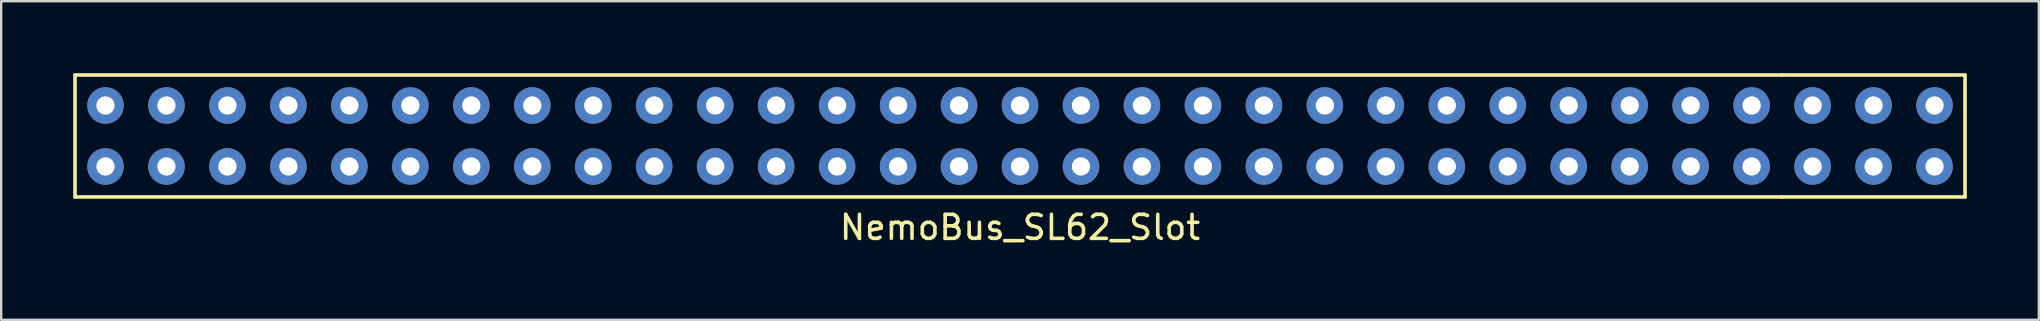
<source format=kicad_pcb>
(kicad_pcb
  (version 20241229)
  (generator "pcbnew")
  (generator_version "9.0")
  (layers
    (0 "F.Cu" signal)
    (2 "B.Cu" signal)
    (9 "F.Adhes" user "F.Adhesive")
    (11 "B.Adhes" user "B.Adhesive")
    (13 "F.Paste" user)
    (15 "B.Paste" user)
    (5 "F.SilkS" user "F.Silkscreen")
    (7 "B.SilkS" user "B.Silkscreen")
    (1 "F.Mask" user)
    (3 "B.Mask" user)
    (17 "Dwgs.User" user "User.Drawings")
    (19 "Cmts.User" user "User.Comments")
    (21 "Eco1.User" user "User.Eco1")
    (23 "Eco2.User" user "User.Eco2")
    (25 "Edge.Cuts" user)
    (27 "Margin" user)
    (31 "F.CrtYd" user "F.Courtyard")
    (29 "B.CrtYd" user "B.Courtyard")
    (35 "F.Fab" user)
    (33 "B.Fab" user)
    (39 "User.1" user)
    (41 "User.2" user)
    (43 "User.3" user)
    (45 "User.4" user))
  (footprint "NemoBus_SL62_Slot"
    (layer "F.Cu")
    (at 39.445 2.615)
    (property "Reference" "NemoBus_SL62_Slot" (at 0 3.81 0) (layer "F.SilkS") (effects (font (size 1 1) (thickness 0.15))))
    (attr through_hole)
    (fp_line (start -39.37 -2.54) (end -39.37 2.54) (stroke (width 0.15) (type solid)) (layer "F.SilkS"))
    (fp_line (start -39.37 2.54) (end 31.75 2.54) (stroke (width 0.15) (type solid)) (layer "F.SilkS"))
    (fp_line (start 31.75 -2.54) (end -39.37 -2.54) (stroke (width 0.15) (type solid)) (layer "F.SilkS"))
    (fp_line (start 31.75 2.54) (end 39.37 2.54) (stroke (width 0.15) (type solid)) (layer "F.SilkS"))
    (fp_line (start 39.37 -2.54) (end 31.75 -2.54) (stroke (width 0.15) (type solid)) (layer "F.SilkS"))
    (fp_line (start 39.37 2.54) (end 39.37 -2.54) (stroke (width 0.15) (type solid)) (layer "F.SilkS"))
    (pad "" thru_hole circle (at -27.94 -1.27) (size 1.524 1.524) (drill 0.762) (layers "*.Cu" "*.Mask"))
    (pad "" thru_hole circle (at -27.94 1.27) (size 1.524 1.524) (drill 0.762) (layers "*.Cu" "*.Mask"))
    (pad "A1" thru_hole circle (at -38.1 -1.27) (size 1.524 1.524) (drill 0.762) (layers "*.Cu" "*.Mask"))
    (pad "A2" thru_hole circle (at -35.56 -1.27) (size 1.524 1.524) (drill 0.762) (layers "*.Cu" "*.Mask"))
    (pad "A3" thru_hole circle (at -33.02 -1.27) (size 1.524 1.524) (drill 0.762) (layers "*.Cu" "*.Mask"))
    (pad "A4" thru_hole circle (at -30.48 -1.27) (size 1.524 1.524) (drill 0.762) (layers "*.Cu" "*.Mask"))
    (pad "A6" thru_hole circle (at -25.4 -1.27) (size 1.524 1.524) (drill 0.762) (layers "*.Cu" "*.Mask"))
    (pad "A7" thru_hole circle (at -22.86 -1.27) (size 1.524 1.524) (drill 0.762) (layers "*.Cu" "*.Mask"))
    (pad "A8" thru_hole circle (at -20.32 -1.27) (size 1.524 1.524) (drill 0.762) (layers "*.Cu" "*.Mask"))
    (pad "A9" thru_hole circle (at -17.78 -1.27) (size 1.524 1.524) (drill 0.762) (layers "*.Cu" "*.Mask"))
    (pad "A10" thru_hole circle (at -15.24 -1.27) (size 1.524 1.524) (drill 0.762) (layers "*.Cu" "*.Mask"))
    (pad "A11" thru_hole circle (at -12.7 -1.27) (size 1.524 1.524) (drill 0.762) (layers "*.Cu" "*.Mask"))
    (pad "A12" thru_hole circle (at -10.16 -1.27) (size 1.524 1.524) (drill 0.762) (layers "*.Cu" "*.Mask"))
    (pad "A13" thru_hole circle (at -7.62 -1.27) (size 1.524 1.524) (drill 0.762) (layers "*.Cu" "*.Mask"))
    (pad "A14" thru_hole circle (at -5.08 -1.27) (size 1.524 1.524) (drill 0.762) (layers "*.Cu" "*.Mask"))
    (pad "A15" thru_hole circle (at -2.54 -1.27) (size 1.524 1.524) (drill 0.762) (layers "*.Cu" "*.Mask"))
    (pad "A16" thru_hole circle (at 0 -1.27) (size 1.524 1.524) (drill 0.762) (layers "*.Cu" "*.Mask"))
    (pad "A17" thru_hole circle (at 2.54 -1.27) (size 1.524 1.524) (drill 0.762) (layers "*.Cu" "*.Mask"))
    (pad "A18" thru_hole circle (at 5.08 -1.27) (size 1.524 1.524) (drill 0.762) (layers "*.Cu" "*.Mask"))
    (pad "A19" thru_hole circle (at 7.62 -1.27) (size 1.524 1.524) (drill 0.762) (layers "*.Cu" "*.Mask"))
    (pad "A20" thru_hole circle (at 10.16 -1.27) (size 1.524 1.524) (drill 0.762) (layers "*.Cu" "*.Mask"))
    (pad "A21" thru_hole circle (at 12.7 -1.27) (size 1.524 1.524) (drill 0.762) (layers "*.Cu" "*.Mask"))
    (pad "A22" thru_hole circle (at 15.24 -1.27) (size 1.524 1.524) (drill 0.762) (layers "*.Cu" "*.Mask"))
    (pad "A23" thru_hole circle (at 17.78 -1.27) (size 1.524 1.524) (drill 0.762) (layers "*.Cu" "*.Mask"))
    (pad "A24" thru_hole circle (at 20.32 -1.27) (size 1.524 1.524) (drill 0.762) (layers "*.Cu" "*.Mask"))
    (pad "A25" thru_hole circle (at 22.86 -1.27) (size 1.524 1.524) (drill 0.762) (layers "*.Cu" "*.Mask"))
    (pad "A26" thru_hole circle (at 25.4 -1.27) (size 1.524 1.524) (drill 0.762) (layers "*.Cu" "*.Mask"))
    (pad "A27" thru_hole circle (at 27.94 -1.27) (size 1.524 1.524) (drill 0.762) (layers "*.Cu" "*.Mask"))
    (pad "A28" thru_hole circle (at 30.48 -1.27) (size 1.524 1.524) (drill 0.762) (layers "*.Cu" "*.Mask"))
    (pad "A29" thru_hole circle (at 33.02 -1.27) (size 1.524 1.524) (drill 0.762) (layers "*.Cu" "*.Mask"))
    (pad "A30" thru_hole circle (at 35.56 -1.27) (size 1.524 1.524) (drill 0.762) (layers "*.Cu" "*.Mask"))
    (pad "A31" thru_hole circle (at 38.1 -1.27) (size 1.524 1.524) (drill 0.762) (layers "*.Cu" "*.Mask"))
    (pad "B1" thru_hole circle (at -38.1 1.27) (size 1.524 1.524) (drill 0.762) (layers "*.Cu" "*.Mask"))
    (pad "B2" thru_hole circle (at -35.56 1.27) (size 1.524 1.524) (drill 0.762) (layers "*.Cu" "*.Mask"))
    (pad "B3" thru_hole circle (at -33.02 1.27) (size 1.524 1.524) (drill 0.762) (layers "*.Cu" "*.Mask"))
    (pad "B4" thru_hole circle (at -30.48 1.27) (size 1.524 1.524) (drill 0.762) (layers "*.Cu" "*.Mask"))
    (pad "B6" thru_hole circle (at -25.4 1.27) (size 1.524 1.524) (drill 0.762) (layers "*.Cu" "*.Mask"))
    (pad "B7" thru_hole circle (at -22.86 1.27) (size 1.524 1.524) (drill 0.762) (layers "*.Cu" "*.Mask"))
    (pad "B8" thru_hole circle (at -20.32 1.27) (size 1.524 1.524) (drill 0.762) (layers "*.Cu" "*.Mask"))
    (pad "B9" thru_hole circle (at -17.78 1.27) (size 1.524 1.524) (drill 0.762) (layers "*.Cu" "*.Mask"))
    (pad "B10" thru_hole circle (at -15.24 1.27) (size 1.524 1.524) (drill 0.762) (layers "*.Cu" "*.Mask"))
    (pad "B11" thru_hole circle (at -12.7 1.27) (size 1.524 1.524) (drill 0.762) (layers "*.Cu" "*.Mask"))
    (pad "B12" thru_hole circle (at -10.16 1.27) (size 1.524 1.524) (drill 0.762) (layers "*.Cu" "*.Mask"))
    (pad "B13" thru_hole circle (at -7.62 1.27) (size 1.524 1.524) (drill 0.762) (layers "*.Cu" "*.Mask"))
    (pad "B14" thru_hole circle (at -5.08 1.27) (size 1.524 1.524) (drill 0.762) (layers "*.Cu" "*.Mask"))
    (pad "B15" thru_hole circle (at -2.54 1.27) (size 1.524 1.524) (drill 0.762) (layers "*.Cu" "*.Mask"))
    (pad "B16" thru_hole circle (at 0 1.27) (size 1.524 1.524) (drill 0.762) (layers "*.Cu" "*.Mask"))
    (pad "B17" thru_hole circle (at 2.54 1.27) (size 1.524 1.524) (drill 0.762) (layers "*.Cu" "*.Mask"))
    (pad "B18" thru_hole circle (at 5.08 1.27) (size 1.524 1.524) (drill 0.762) (layers "*.Cu" "*.Mask"))
    (pad "B19" thru_hole circle (at 7.62 1.27) (size 1.524 1.524) (drill 0.762) (layers "*.Cu" "*.Mask"))
    (pad "B20" thru_hole circle (at 10.16 1.27) (size 1.524 1.524) (drill 0.762) (layers "*.Cu" "*.Mask"))
    (pad "B21" thru_hole circle (at 12.7 1.27) (size 1.524 1.524) (drill 0.762) (layers "*.Cu" "*.Mask"))
    (pad "B22" thru_hole circle (at 15.24 1.27) (size 1.524 1.524) (drill 0.762) (layers "*.Cu" "*.Mask"))
    (pad "B23" thru_hole circle (at 17.78 1.27) (size 1.524 1.524) (drill 0.762) (layers "*.Cu" "*.Mask"))
    (pad "B24" thru_hole circle (at 20.32 1.27) (size 1.524 1.524) (drill 0.762) (layers "*.Cu" "*.Mask"))
    (pad "B25" thru_hole circle (at 22.86 1.27) (size 1.524 1.524) (drill 0.762) (layers "*.Cu" "*.Mask"))
    (pad "B26" thru_hole circle (at 25.4 1.27) (size 1.524 1.524) (drill 0.762) (layers "*.Cu" "*.Mask"))
    (pad "B27" thru_hole circle (at 27.94 1.27) (size 1.524 1.524) (drill 0.762) (layers "*.Cu" "*.Mask"))
    (pad "B28" thru_hole circle (at 30.48 1.27) (size 1.524 1.524) (drill 0.762) (layers "*.Cu" "*.Mask"))
    (pad "B29" thru_hole circle (at 33.02 1.27) (size 1.524 1.524) (drill 0.762) (layers "*.Cu" "*.Mask"))
    (pad "B30" thru_hole circle (at 35.56 1.27) (size 1.524 1.524) (drill 0.762) (layers "*.Cu" "*.Mask"))
    (pad "B31" thru_hole circle (at 38.1 1.27) (size 1.524 1.524) (drill 0.762) (layers "*.Cu" "*.Mask")))
  (gr_rect
    (start -3 -3)
    (end 81.89 10.273)
    (stroke (width 0.1) (type default))
    (fill no)
    (layer "Edge.Cuts")))
</source>
